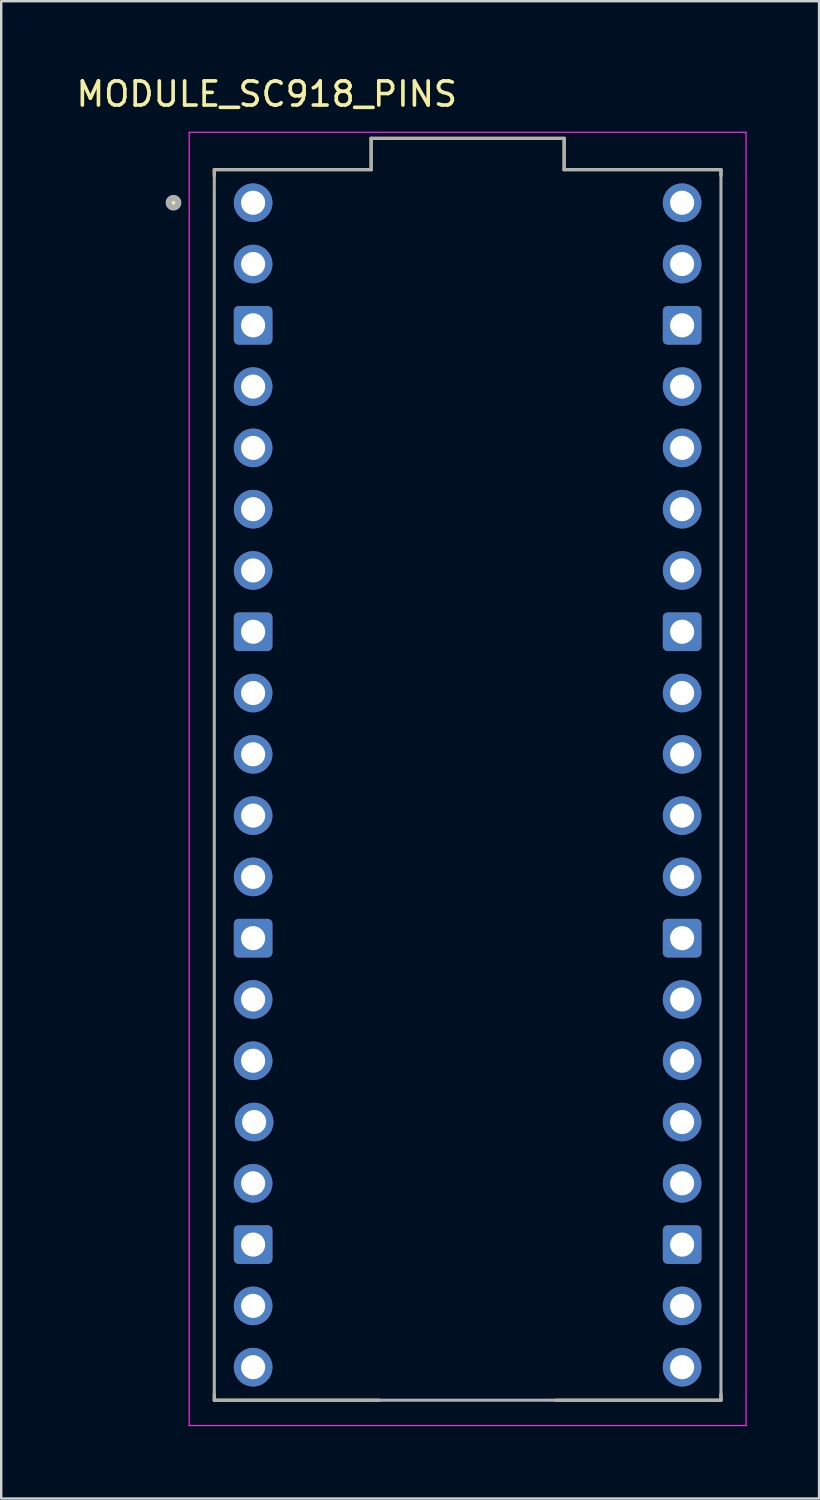
<source format=kicad_pcb>
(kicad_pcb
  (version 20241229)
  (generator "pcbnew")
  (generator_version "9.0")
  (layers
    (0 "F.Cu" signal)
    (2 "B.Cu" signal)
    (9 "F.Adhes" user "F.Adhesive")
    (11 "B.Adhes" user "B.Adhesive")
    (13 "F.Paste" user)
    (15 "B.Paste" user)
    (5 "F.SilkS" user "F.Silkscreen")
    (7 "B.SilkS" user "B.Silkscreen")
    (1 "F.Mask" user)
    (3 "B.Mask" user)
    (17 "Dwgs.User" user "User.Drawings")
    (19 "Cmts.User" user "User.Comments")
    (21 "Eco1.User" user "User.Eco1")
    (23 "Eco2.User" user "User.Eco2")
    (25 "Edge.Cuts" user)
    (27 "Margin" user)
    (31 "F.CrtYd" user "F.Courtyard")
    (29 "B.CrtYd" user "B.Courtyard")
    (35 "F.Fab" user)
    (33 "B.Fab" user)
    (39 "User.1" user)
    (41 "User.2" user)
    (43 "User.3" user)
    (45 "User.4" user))
  (footprint "MODULE_SC918_PINS"
    (layer "F.Cu")
    (at 16.331 29.483)
    (property "Reference" "MODULE_SC918_PINS" (at -8.325 -28.635 0) (layer "F.SilkS") (effects (font (size 1 1) (thickness 0.15))))
    (attr through_hole)
    (fp_line (start -10.5 -25.5) (end -4 -25.5) (stroke (width 0.127) (type solid)) (layer "F.SilkS"))
    (fp_line (start -10.5 -25.25) (end -10.5 -25.5) (stroke (width 0.127) (type solid)) (layer "F.SilkS"))
    (fp_line (start -10.5 25.5) (end -10.5 25.25) (stroke (width 0.127) (type solid)) (layer "F.SilkS"))
    (fp_line (start -4 -26.8) (end 4 -26.8) (stroke (width 0.127) (type solid)) (layer "F.SilkS"))
    (fp_line (start -4 -25.5) (end -4 -26.8) (stroke (width 0.127) (type solid)) (layer "F.SilkS"))
    (fp_line (start -3.66 25.5) (end -10.5 25.5) (stroke (width 0.127) (type solid)) (layer "F.SilkS"))
    (fp_line (start 4 -26.8) (end 4 -25.5) (stroke (width 0.127) (type solid)) (layer "F.SilkS"))
    (fp_line (start 4 -25.5) (end 10.5 -25.5) (stroke (width 0.127) (type solid)) (layer "F.SilkS"))
    (fp_line (start 10.5 -25.5) (end 10.5 -25.25) (stroke (width 0.127) (type solid)) (layer "F.SilkS"))
    (fp_line (start 10.5 25.5) (end 3.66 25.5) (stroke (width 0.127) (type solid)) (layer "F.SilkS"))
    (fp_line (start 10.5 25.5) (end 10.5 25.25) (stroke (width 0.127) (type solid)) (layer "F.SilkS"))
    (fp_circle (center -12.19 -24.13) (end -11.99 -24.13) (stroke (width 0.2) (type solid)) (fill yes) (layer "F.SilkS"))
    (fp_line (start -11.54 -27.05) (end -11.54 26.55) (stroke (width 0.05) (type solid)) (layer "F.CrtYd"))
    (fp_line (start -11.54 26.55) (end 11.54 26.55) (stroke (width 0.05) (type solid)) (layer "F.CrtYd"))
    (fp_line (start 11.54 -27.05) (end -11.54 -27.05) (stroke (width 0.05) (type solid)) (layer "F.CrtYd"))
    (fp_line (start 11.54 26.55) (end 11.54 -27.05) (stroke (width 0.05) (type solid)) (layer "F.CrtYd"))
    (fp_line (start -10.5 -25.5) (end -4 -25.5) (stroke (width 0.127) (type solid)) (layer "F.Fab"))
    (fp_line (start -10.5 25.5) (end -10.5 -25.5) (stroke (width 0.127) (type solid)) (layer "F.Fab"))
    (fp_line (start -4 -26.8) (end 4 -26.8) (stroke (width 0.127) (type solid)) (layer "F.Fab"))
    (fp_line (start -4 -25.5) (end -4 -26.8) (stroke (width 0.127) (type solid)) (layer "F.Fab"))
    (fp_line (start 4 -26.8) (end 4 -25.5) (stroke (width 0.127) (type solid)) (layer "F.Fab"))
    (fp_line (start 4 -25.5) (end 10.5 -25.5) (stroke (width 0.127) (type solid)) (layer "F.Fab"))
    (fp_line (start 10.5 -25.5) (end 10.5 25.5) (stroke (width 0.127) (type solid)) (layer "F.Fab"))
    (fp_line (start 10.5 25.5) (end -10.5 25.5) (stroke (width 0.127) (type solid)) (layer "F.Fab"))
    (fp_circle (center -12.19 -24.13) (end -11.99 -24.13) (stroke (width 0.25) (type solid)) (fill no) (layer "F.Fab"))
    (pad "1" thru_hole circle (at -8.89 -24.13) (size 1.6 1.6) (drill 1) (layers "*.Cu" "*.Mask"))
    (pad "2" thru_hole circle (at -8.89 -21.59) (size 1.6 1.6) (drill 1) (layers "*.Cu" "*.Mask"))
    (pad "3" thru_hole roundrect (at -8.89 -19.05) (size 1.6 1.6) (drill 1) (layers "*.Cu" "*.Mask") (roundrect_rratio 0.125))
    (pad "4" thru_hole circle (at -8.89 -16.51) (size 1.6 1.6) (drill 1) (layers "*.Cu" "*.Mask"))
    (pad "5" thru_hole circle (at -8.89 -13.97) (size 1.6 1.6) (drill 1) (layers "*.Cu" "*.Mask"))
    (pad "6" thru_hole circle (at -8.89 -11.43) (size 1.6 1.6) (drill 1) (layers "*.Cu" "*.Mask"))
    (pad "7" thru_hole circle (at -8.89 -8.89) (size 1.6 1.6) (drill 1) (layers "*.Cu" "*.Mask"))
    (pad "8" thru_hole roundrect (at -8.89 -6.35) (size 1.6 1.6) (drill 1) (layers "*.Cu" "*.Mask") (roundrect_rratio 0.125))
    (pad "9" thru_hole circle (at -8.89 -3.81) (size 1.6 1.6) (drill 1) (layers "*.Cu" "*.Mask"))
    (pad "10" thru_hole circle (at -8.89 -1.27) (size 1.6 1.6) (drill 1) (layers "*.Cu" "*.Mask"))
    (pad "11" thru_hole circle (at -8.89 1.27) (size 1.6 1.6) (drill 1) (layers "*.Cu" "*.Mask"))
    (pad "12" thru_hole circle (at -8.89 3.81) (size 1.6 1.6) (drill 1) (layers "*.Cu" "*.Mask"))
    (pad "13" thru_hole roundrect (at -8.89 6.35) (size 1.6 1.6) (drill 1) (layers "*.Cu" "*.Mask") (roundrect_rratio 0.125))
    (pad "14" thru_hole circle (at -8.89 8.89) (size 1.6 1.6) (drill 1) (layers "*.Cu" "*.Mask"))
    (pad "15" thru_hole circle (at -8.89 11.43) (size 1.6 1.6) (drill 1) (layers "*.Cu" "*.Mask"))
    (pad "16" thru_hole circle (at -8.848 13.97) (size 1.6 1.6) (drill 1) (layers "*.Cu" "*.Mask"))
    (pad "17" thru_hole circle (at -8.89 16.51) (size 1.6 1.6) (drill 1) (layers "*.Cu" "*.Mask"))
    (pad "18" thru_hole roundrect (at -8.89 19.05) (size 1.6 1.6) (drill 1) (layers "*.Cu" "*.Mask") (roundrect_rratio 0.125))
    (pad "19" thru_hole circle (at -8.89 21.59) (size 1.6 1.6) (drill 1) (layers "*.Cu" "*.Mask"))
    (pad "20" thru_hole circle (at -8.89 24.13) (size 1.6 1.6) (drill 1) (layers "*.Cu" "*.Mask"))
    (pad "21" thru_hole circle (at 8.89 24.13) (size 1.6 1.6) (drill 1) (layers "*.Cu" "*.Mask"))
    (pad "22" thru_hole circle (at 8.89 21.59) (size 1.6 1.6) (drill 1) (layers "*.Cu" "*.Mask"))
    (pad "23" thru_hole roundrect (at 8.89 19.05) (size 1.6 1.6) (drill 1) (layers "*.Cu" "*.Mask") (roundrect_rratio 0.125))
    (pad "24" thru_hole circle (at 8.89 16.51) (size 1.6 1.6) (drill 1) (layers "*.Cu" "*.Mask"))
    (pad "25" thru_hole circle (at 8.89 13.97) (size 1.6 1.6) (drill 1) (layers "*.Cu" "*.Mask"))
    (pad "26" thru_hole circle (at 8.89 11.43) (size 1.6 1.6) (drill 1) (layers "*.Cu" "*.Mask"))
    (pad "27" thru_hole circle (at 8.89 8.89) (size 1.6 1.6) (drill 1) (layers "*.Cu" "*.Mask"))
    (pad "28" thru_hole roundrect (at 8.89 6.35) (size 1.6 1.6) (drill 1) (layers "*.Cu" "*.Mask") (roundrect_rratio 0.125))
    (pad "29" thru_hole circle (at 8.89 3.81) (size 1.6 1.6) (drill 1) (layers "*.Cu" "*.Mask"))
    (pad "30" thru_hole circle (at 8.89 1.27) (size 1.6 1.6) (drill 1) (layers "*.Cu" "*.Mask"))
    (pad "31" thru_hole circle (at 8.89 -1.27) (size 1.6 1.6) (drill 1) (layers "*.Cu" "*.Mask"))
    (pad "32" thru_hole circle (at 8.89 -3.81) (size 1.6 1.6) (drill 1) (layers "*.Cu" "*.Mask"))
    (pad "33" thru_hole roundrect (at 8.89 -6.35) (size 1.6 1.6) (drill 1) (layers "*.Cu" "*.Mask") (roundrect_rratio 0.125))
    (pad "34" thru_hole circle (at 8.89 -8.89) (size 1.6 1.6) (drill 1) (layers "*.Cu" "*.Mask"))
    (pad "35" thru_hole circle (at 8.89 -11.43) (size 1.6 1.6) (drill 1) (layers "*.Cu" "*.Mask"))
    (pad "36" thru_hole circle (at 8.89 -13.97) (size 1.6 1.6) (drill 1) (layers "*.Cu" "*.Mask"))
    (pad "37" thru_hole circle (at 8.89 -16.51) (size 1.6 1.6) (drill 1) (layers "*.Cu" "*.Mask"))
    (pad "38" thru_hole roundrect (at 8.89 -19.05) (size 1.6 1.6) (drill 1) (layers "*.Cu" "*.Mask") (roundrect_rratio 0.125))
    (pad "39" thru_hole circle (at 8.89 -21.59) (size 1.6 1.6) (drill 1) (layers "*.Cu" "*.Mask"))
    (pad "40" thru_hole circle (at 8.89 -24.13) (size 1.6 1.6) (drill 1) (layers "*.Cu" "*.Mask")))
  (gr_rect
    (start -3 -3)
    (end 30.896 59.058)
    (stroke (width 0.1) (type default))
    (fill no)
    (layer "Edge.Cuts")))
</source>
